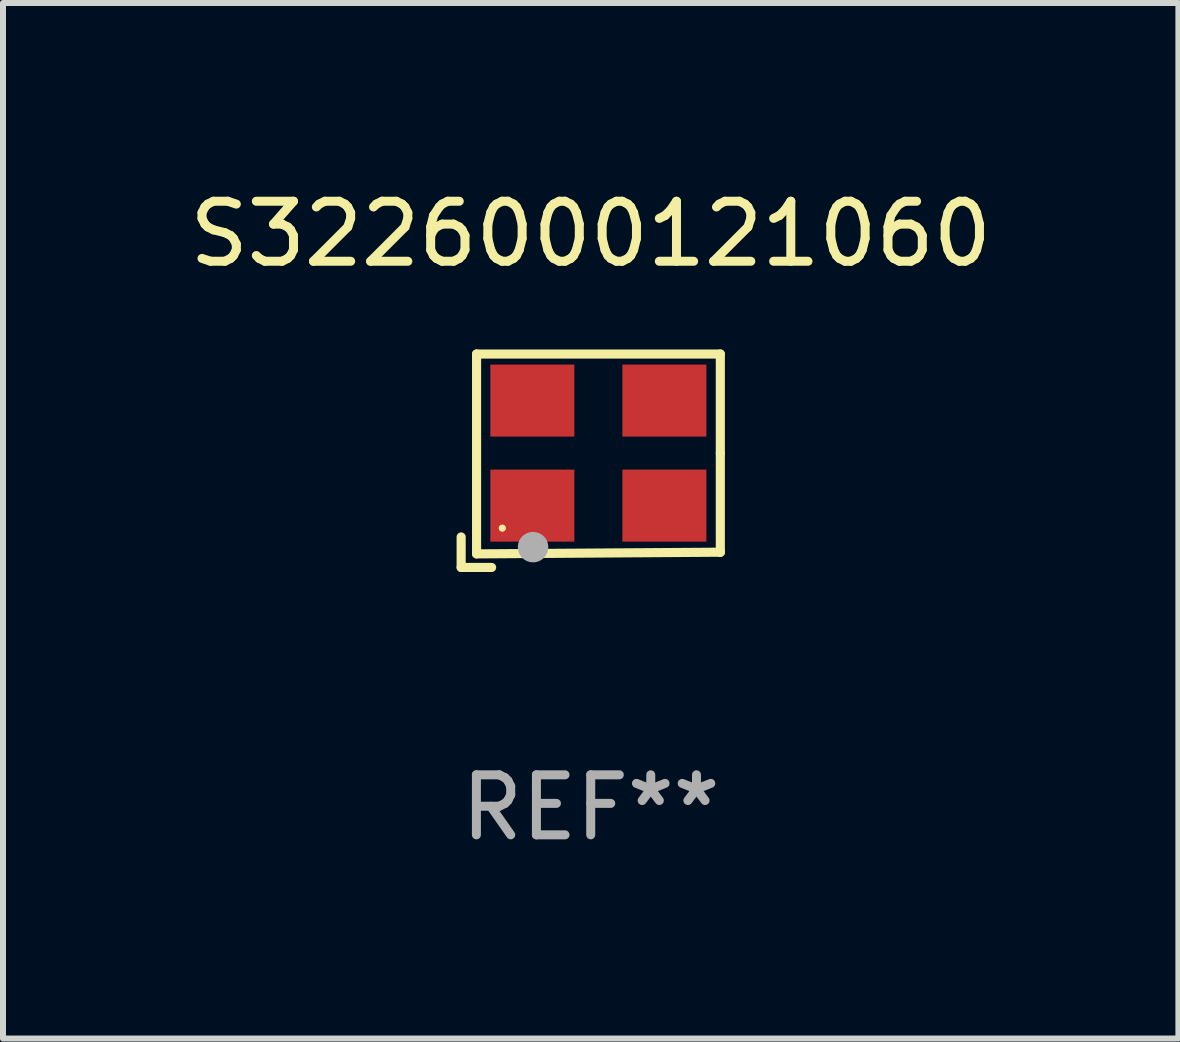
<source format=kicad_pcb>
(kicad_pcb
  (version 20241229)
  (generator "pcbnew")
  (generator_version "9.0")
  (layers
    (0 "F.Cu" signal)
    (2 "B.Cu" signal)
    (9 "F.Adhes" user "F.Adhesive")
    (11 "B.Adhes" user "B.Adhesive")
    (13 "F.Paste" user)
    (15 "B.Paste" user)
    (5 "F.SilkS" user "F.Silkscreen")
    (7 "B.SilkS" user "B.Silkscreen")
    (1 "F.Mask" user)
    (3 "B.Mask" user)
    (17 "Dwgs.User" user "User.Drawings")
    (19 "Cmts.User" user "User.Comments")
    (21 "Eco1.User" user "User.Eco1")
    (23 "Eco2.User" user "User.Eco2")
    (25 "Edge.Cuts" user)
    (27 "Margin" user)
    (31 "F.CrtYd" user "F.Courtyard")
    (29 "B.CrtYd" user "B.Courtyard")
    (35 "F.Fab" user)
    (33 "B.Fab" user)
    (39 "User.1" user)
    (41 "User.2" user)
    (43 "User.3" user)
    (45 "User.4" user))
  (footprint "S3226000121060"
    (layer "F.Cu")
    (at 6.792 4.626)
    (property "Reference" "S3226000121060" (at 0 -3.778 0) (layer "F.SilkS") (effects (font (size 1 1) (thickness 0.15))))
    (attr through_hole)
    (fp_line (start -2.159 1.27) (end -2.159 1.778) (stroke (width 0.152) (type solid)) (layer "F.SilkS"))
    (fp_line (start -2.159 1.778) (end -1.651 1.778) (stroke (width 0.152) (type solid)) (layer "F.SilkS"))
    (fp_line (start -1.902 -1.778) (end 2.159 -1.778) (stroke (width 0.152) (type solid)) (layer "F.SilkS"))
    (fp_line (start -1.902 1.552) (end -1.902 -1.778) (stroke (width 0.152) (type solid)) (layer "F.SilkS"))
    (fp_line (start 2.159 -1.778) (end 2.159 -0.127) (stroke (width 0.152) (type solid)) (layer "F.SilkS"))
    (fp_line (start 2.159 -0.127) (end 2.159 1.524) (stroke (width 0.152) (type solid)) (layer "F.SilkS"))
    (fp_line (start 2.159 1.524) (end -1.902 1.552) (stroke (width 0.152) (type solid)) (layer "F.SilkS"))
    (fp_line (start 2.159 1.524) (end 2.159 1.524) (stroke (width 0.152) (type solid)) (layer "F.SilkS"))
    (fp_circle (center -1.473 1.123) (end -1.443 1.123) (stroke (width 0.06) (type solid)) (fill no) (layer "F.SilkS"))
    (fp_circle (center -0.961 1.44) (end -0.834 1.44) (stroke (width 0.254) (type solid)) (fill no) (layer "F.Fab"))
    (fp_text user "REF**" (at 0 5.778 0) (layer "F.Fab") (effects (font (size 1 1) (thickness 0.15))))
    (pad "1" smd rect (at -0.973 0.748) (size 1.4 1.2) (layers "F.Cu" "F.Mask" "F.Paste"))
    (pad "2" smd rect (at 1.227 0.748) (size 1.4 1.2) (layers "F.Cu" "F.Mask" "F.Paste"))
    (pad "3" smd rect (at 1.227 -1.002) (size 1.4 1.2) (layers "F.Cu" "F.Mask" "F.Paste"))
    (pad "4" smd rect (at -0.973 -1.002) (size 1.4 1.2) (layers "F.Cu" "F.Mask" "F.Paste")))
  (gr_rect
    (start -3 -3)
    (end 16.583 14.253)
    (stroke (width 0.1) (type default))
    (fill no)
    (layer "Edge.Cuts")))
</source>
